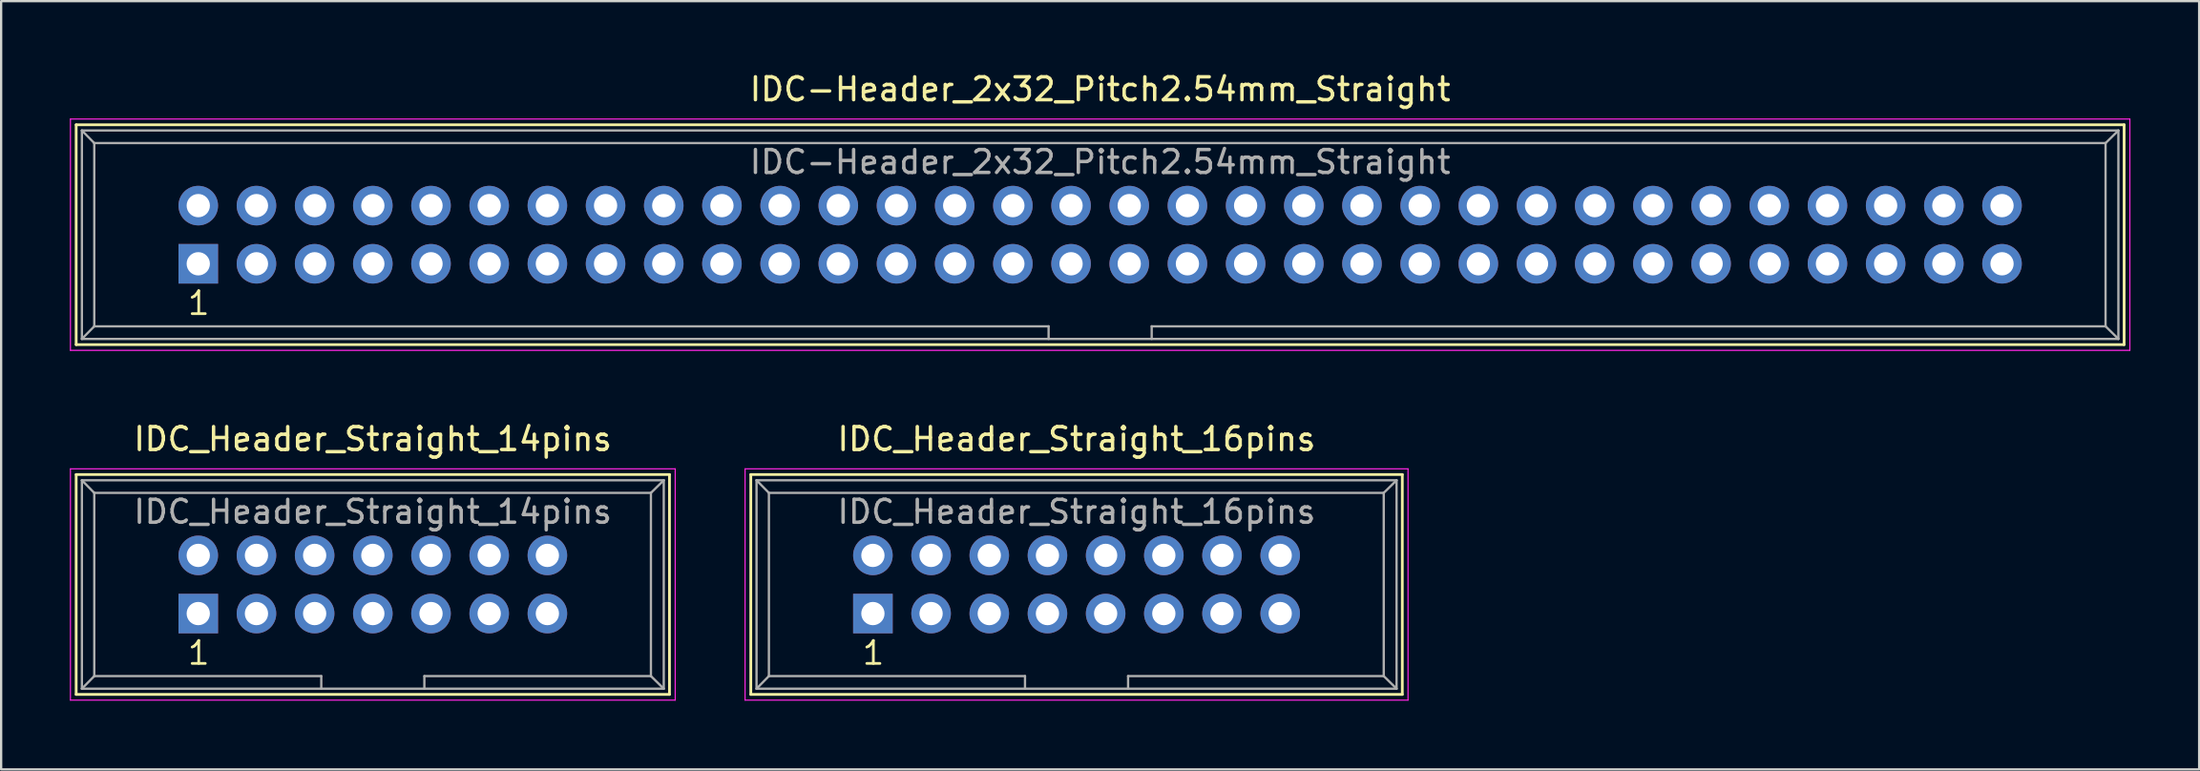
<source format=kicad_pcb>
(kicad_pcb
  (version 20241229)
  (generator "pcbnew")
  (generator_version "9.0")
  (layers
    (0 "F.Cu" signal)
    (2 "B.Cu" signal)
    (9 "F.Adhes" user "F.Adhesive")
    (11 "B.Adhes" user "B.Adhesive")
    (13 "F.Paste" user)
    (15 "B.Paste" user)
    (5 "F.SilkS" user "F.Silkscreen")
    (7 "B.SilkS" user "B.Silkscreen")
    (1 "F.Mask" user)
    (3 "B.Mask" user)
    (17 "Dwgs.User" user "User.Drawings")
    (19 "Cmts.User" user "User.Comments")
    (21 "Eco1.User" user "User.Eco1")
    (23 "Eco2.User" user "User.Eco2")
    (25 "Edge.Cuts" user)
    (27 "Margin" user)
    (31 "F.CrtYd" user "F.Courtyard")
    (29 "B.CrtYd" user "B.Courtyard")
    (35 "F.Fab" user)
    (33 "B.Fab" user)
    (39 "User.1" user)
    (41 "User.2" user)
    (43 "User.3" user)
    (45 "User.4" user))
  (footprint "IDC_Header_Straight_16pins"
    (layer "F.Cu")
    (at 35.055 23.741)
    (property "Reference" "IDC_Header_Straight_16pins" (at 8.89 -7.62 0) (layer "F.SilkS") (effects (font (size 1 1) (thickness 0.15))))
    (attr through_hole)
    (fp_line (start -5.33 -6.07) (end 23.11 -6.07) (stroke (width 0.12) (type solid)) (layer "F.SilkS"))
    (fp_line (start -5.33 3.53) (end -5.33 -6.07) (stroke (width 0.12) (type solid)) (layer "F.SilkS"))
    (fp_line (start 23.11 -6.07) (end 23.11 3.53) (stroke (width 0.12) (type solid)) (layer "F.SilkS"))
    (fp_line (start 23.11 3.53) (end -5.33 3.53) (stroke (width 0.12) (type solid)) (layer "F.SilkS"))
    (fp_line (start -5.58 -6.32) (end 23.36 -6.32) (stroke (width 0.05) (type solid)) (layer "F.CrtYd"))
    (fp_line (start -5.58 3.78) (end -5.58 -6.32) (stroke (width 0.05) (type solid)) (layer "F.CrtYd"))
    (fp_line (start 23.36 -6.32) (end 23.36 3.78) (stroke (width 0.05) (type solid)) (layer "F.CrtYd"))
    (fp_line (start 23.36 3.78) (end -5.58 3.78) (stroke (width 0.05) (type solid)) (layer "F.CrtYd"))
    (fp_line (start -5.08 -5.82) (end -5.08 3.28) (stroke (width 0.1) (type solid)) (layer "F.Fab"))
    (fp_line (start -5.08 -5.82) (end -4.54 -5.27) (stroke (width 0.1) (type solid)) (layer "F.Fab"))
    (fp_line (start -5.08 -5.82) (end 22.86 -5.82) (stroke (width 0.1) (type solid)) (layer "F.Fab"))
    (fp_line (start -5.08 3.28) (end -4.54 2.73) (stroke (width 0.1) (type solid)) (layer "F.Fab"))
    (fp_line (start -5.08 3.28) (end 22.86 3.28) (stroke (width 0.1) (type solid)) (layer "F.Fab"))
    (fp_line (start -4.54 -5.27) (end -4.54 2.73) (stroke (width 0.1) (type solid)) (layer "F.Fab"))
    (fp_line (start -4.54 -5.27) (end 22.3 -5.27) (stroke (width 0.1) (type solid)) (layer "F.Fab"))
    (fp_line (start -4.54 2.73) (end 6.64 2.73) (stroke (width 0.1) (type solid)) (layer "F.Fab"))
    (fp_line (start 6.64 2.73) (end 6.64 3.28) (stroke (width 0.1) (type solid)) (layer "F.Fab"))
    (fp_line (start 11.14 2.73) (end 11.14 3.28) (stroke (width 0.1) (type solid)) (layer "F.Fab"))
    (fp_line (start 11.14 2.73) (end 22.3 2.73) (stroke (width 0.1) (type solid)) (layer "F.Fab"))
    (fp_line (start 22.3 -5.27) (end 22.3 2.73) (stroke (width 0.1) (type solid)) (layer "F.Fab"))
    (fp_line (start 22.86 -5.82) (end 22.3 -5.27) (stroke (width 0.1) (type solid)) (layer "F.Fab"))
    (fp_line (start 22.86 -5.82) (end 22.86 3.28) (stroke (width 0.1) (type solid)) (layer "F.Fab"))
    (fp_line (start 22.86 3.28) (end 22.3 2.73) (stroke (width 0.1) (type solid)) (layer "F.Fab"))
    (fp_text user "1" (at 0.02 1.72 0) (layer "F.SilkS") (effects (font (size 1 1) (thickness 0.12))))
    (fp_text user "${REFERENCE}" (at 8.89 -4.445 0) (layer "F.Fab") (effects (font (size 1 1) (thickness 0.15))))
    (pad "1" thru_hole rect (at 0 0) (size 1.727 1.727) (drill 1.016) (layers "*.Cu" "*.Mask"))
    (pad "2" thru_hole oval (at 0 -2.54) (size 1.727 1.727) (drill 1.016) (layers "*.Cu" "*.Mask"))
    (pad "3" thru_hole oval (at 2.54 0) (size 1.727 1.727) (drill 1.016) (layers "*.Cu" "*.Mask"))
    (pad "4" thru_hole oval (at 2.54 -2.54) (size 1.727 1.727) (drill 1.016) (layers "*.Cu" "*.Mask"))
    (pad "5" thru_hole oval (at 5.08 0) (size 1.727 1.727) (drill 1.016) (layers "*.Cu" "*.Mask"))
    (pad "6" thru_hole oval (at 5.08 -2.54) (size 1.727 1.727) (drill 1.016) (layers "*.Cu" "*.Mask"))
    (pad "7" thru_hole oval (at 7.62 0) (size 1.727 1.727) (drill 1.016) (layers "*.Cu" "*.Mask"))
    (pad "8" thru_hole oval (at 7.62 -2.54) (size 1.727 1.727) (drill 1.016) (layers "*.Cu" "*.Mask"))
    (pad "9" thru_hole oval (at 10.16 0) (size 1.727 1.727) (drill 1.016) (layers "*.Cu" "*.Mask"))
    (pad "10" thru_hole oval (at 10.16 -2.54) (size 1.727 1.727) (drill 1.016) (layers "*.Cu" "*.Mask"))
    (pad "11" thru_hole oval (at 12.7 0) (size 1.727 1.727) (drill 1.016) (layers "*.Cu" "*.Mask"))
    (pad "12" thru_hole oval (at 12.7 -2.54) (size 1.727 1.727) (drill 1.016) (layers "*.Cu" "*.Mask"))
    (pad "13" thru_hole oval (at 15.24 0) (size 1.727 1.727) (drill 1.016) (layers "*.Cu" "*.Mask"))
    (pad "14" thru_hole oval (at 15.24 -2.54) (size 1.727 1.727) (drill 1.016) (layers "*.Cu" "*.Mask"))
    (pad "15" thru_hole oval (at 17.78 0) (size 1.727 1.727) (drill 1.016) (layers "*.Cu" "*.Mask"))
    (pad "16" thru_hole oval (at 17.78 -2.54) (size 1.727 1.727) (drill 1.016) (layers "*.Cu" "*.Mask")))
  (footprint "IDC-Header_2x32_Pitch2.54mm_Straight"
    (layer "F.Cu")
    (at 5.605 8.468)
    (property "Reference" "IDC-Header_2x32_Pitch2.54mm_Straight" (at 39.37 -7.62 0) (layer "F.SilkS") (effects (font (size 1 1) (thickness 0.15))))
    (attr through_hole)
    (fp_line (start -5.33 -6.07) (end 84.07 -6.07) (stroke (width 0.12) (type solid)) (layer "F.SilkS"))
    (fp_line (start -5.33 3.53) (end -5.33 -6.07) (stroke (width 0.12) (type solid)) (layer "F.SilkS"))
    (fp_line (start 84.07 -6.07) (end 84.07 3.53) (stroke (width 0.12) (type solid)) (layer "F.SilkS"))
    (fp_line (start 84.07 3.53) (end -5.33 3.53) (stroke (width 0.12) (type solid)) (layer "F.SilkS"))
    (fp_line (start -5.58 -6.32) (end 84.32 -6.32) (stroke (width 0.05) (type solid)) (layer "F.CrtYd"))
    (fp_line (start -5.58 3.78) (end -5.58 -6.32) (stroke (width 0.05) (type solid)) (layer "F.CrtYd"))
    (fp_line (start 84.32 -6.32) (end 84.32 3.78) (stroke (width 0.05) (type solid)) (layer "F.CrtYd"))
    (fp_line (start 84.32 3.78) (end -5.58 3.78) (stroke (width 0.05) (type solid)) (layer "F.CrtYd"))
    (fp_line (start -5.08 -5.82) (end -5.08 3.28) (stroke (width 0.1) (type solid)) (layer "F.Fab"))
    (fp_line (start -5.08 -5.82) (end -4.54 -5.27) (stroke (width 0.1) (type solid)) (layer "F.Fab"))
    (fp_line (start -5.08 -5.82) (end 83.82 -5.82) (stroke (width 0.1) (type solid)) (layer "F.Fab"))
    (fp_line (start -5.08 3.28) (end -4.54 2.73) (stroke (width 0.1) (type solid)) (layer "F.Fab"))
    (fp_line (start -5.08 3.28) (end 83.82 3.28) (stroke (width 0.1) (type solid)) (layer "F.Fab"))
    (fp_line (start -4.54 -5.27) (end -4.54 2.73) (stroke (width 0.1) (type solid)) (layer "F.Fab"))
    (fp_line (start -4.54 -5.27) (end 83.26 -5.27) (stroke (width 0.1) (type solid)) (layer "F.Fab"))
    (fp_line (start -4.54 2.73) (end 37.12 2.73) (stroke (width 0.1) (type solid)) (layer "F.Fab"))
    (fp_line (start 37.12 2.73) (end 37.12 3.28) (stroke (width 0.1) (type solid)) (layer "F.Fab"))
    (fp_line (start 41.62 2.73) (end 41.62 3.28) (stroke (width 0.1) (type solid)) (layer "F.Fab"))
    (fp_line (start 41.62 2.73) (end 83.26 2.73) (stroke (width 0.1) (type solid)) (layer "F.Fab"))
    (fp_line (start 83.26 -5.27) (end 83.26 2.73) (stroke (width 0.1) (type solid)) (layer "F.Fab"))
    (fp_line (start 83.82 -5.82) (end 83.26 -5.27) (stroke (width 0.1) (type solid)) (layer "F.Fab"))
    (fp_line (start 83.82 -5.82) (end 83.82 3.28) (stroke (width 0.1) (type solid)) (layer "F.Fab"))
    (fp_line (start 83.82 3.28) (end 83.26 2.73) (stroke (width 0.1) (type solid)) (layer "F.Fab"))
    (fp_text user "1" (at 0.02 1.72 0) (layer "F.SilkS") (effects (font (size 1 1) (thickness 0.12))))
    (fp_text user "${REFERENCE}" (at 39.37 -4.445 0) (layer "F.Fab") (effects (font (size 1 1) (thickness 0.15))))
    (pad "1" thru_hole rect (at 0 0) (size 1.727 1.727) (drill 1.016) (layers "*.Cu" "*.Mask"))
    (pad "2" thru_hole oval (at 0 -2.54) (size 1.727 1.727) (drill 1.016) (layers "*.Cu" "*.Mask"))
    (pad "3" thru_hole oval (at 2.54 0) (size 1.727 1.727) (drill 1.016) (layers "*.Cu" "*.Mask"))
    (pad "4" thru_hole oval (at 2.54 -2.54) (size 1.727 1.727) (drill 1.016) (layers "*.Cu" "*.Mask"))
    (pad "5" thru_hole oval (at 5.08 0) (size 1.727 1.727) (drill 1.016) (layers "*.Cu" "*.Mask"))
    (pad "6" thru_hole oval (at 5.08 -2.54) (size 1.727 1.727) (drill 1.016) (layers "*.Cu" "*.Mask"))
    (pad "7" thru_hole oval (at 7.62 0) (size 1.727 1.727) (drill 1.016) (layers "*.Cu" "*.Mask"))
    (pad "8" thru_hole oval (at 7.62 -2.54) (size 1.727 1.727) (drill 1.016) (layers "*.Cu" "*.Mask"))
    (pad "9" thru_hole oval (at 10.16 0) (size 1.727 1.727) (drill 1.016) (layers "*.Cu" "*.Mask"))
    (pad "10" thru_hole oval (at 10.16 -2.54) (size 1.727 1.727) (drill 1.016) (layers "*.Cu" "*.Mask"))
    (pad "11" thru_hole oval (at 12.7 0) (size 1.727 1.727) (drill 1.016) (layers "*.Cu" "*.Mask"))
    (pad "12" thru_hole oval (at 12.7 -2.54) (size 1.727 1.727) (drill 1.016) (layers "*.Cu" "*.Mask"))
    (pad "13" thru_hole oval (at 15.24 0) (size 1.727 1.727) (drill 1.016) (layers "*.Cu" "*.Mask"))
    (pad "14" thru_hole oval (at 15.24 -2.54) (size 1.727 1.727) (drill 1.016) (layers "*.Cu" "*.Mask"))
    (pad "15" thru_hole oval (at 17.78 0) (size 1.727 1.727) (drill 1.016) (layers "*.Cu" "*.Mask"))
    (pad "16" thru_hole oval (at 17.78 -2.54) (size 1.727 1.727) (drill 1.016) (layers "*.Cu" "*.Mask"))
    (pad "17" thru_hole oval (at 20.32 0) (size 1.727 1.727) (drill 1.016) (layers "*.Cu" "*.Mask"))
    (pad "18" thru_hole oval (at 20.32 -2.54) (size 1.727 1.727) (drill 1.016) (layers "*.Cu" "*.Mask"))
    (pad "19" thru_hole oval (at 22.86 0) (size 1.727 1.727) (drill 1.016) (layers "*.Cu" "*.Mask"))
    (pad "20" thru_hole oval (at 22.86 -2.54) (size 1.727 1.727) (drill 1.016) (layers "*.Cu" "*.Mask"))
    (pad "21" thru_hole oval (at 25.4 0) (size 1.727 1.727) (drill 1.016) (layers "*.Cu" "*.Mask"))
    (pad "22" thru_hole oval (at 25.4 -2.54) (size 1.727 1.727) (drill 1.016) (layers "*.Cu" "*.Mask"))
    (pad "23" thru_hole oval (at 27.94 0) (size 1.727 1.727) (drill 1.016) (layers "*.Cu" "*.Mask"))
    (pad "24" thru_hole oval (at 27.94 -2.54) (size 1.727 1.727) (drill 1.016) (layers "*.Cu" "*.Mask"))
    (pad "25" thru_hole oval (at 30.48 0) (size 1.727 1.727) (drill 1.016) (layers "*.Cu" "*.Mask"))
    (pad "26" thru_hole oval (at 30.48 -2.54) (size 1.727 1.727) (drill 1.016) (layers "*.Cu" "*.Mask"))
    (pad "27" thru_hole oval (at 33.02 0) (size 1.727 1.727) (drill 1.016) (layers "*.Cu" "*.Mask"))
    (pad "28" thru_hole oval (at 33.02 -2.54) (size 1.727 1.727) (drill 1.016) (layers "*.Cu" "*.Mask"))
    (pad "29" thru_hole oval (at 35.56 0) (size 1.727 1.727) (drill 1.016) (layers "*.Cu" "*.Mask"))
    (pad "30" thru_hole oval (at 35.56 -2.54) (size 1.727 1.727) (drill 1.016) (layers "*.Cu" "*.Mask"))
    (pad "31" thru_hole oval (at 38.1 0) (size 1.727 1.727) (drill 1.016) (layers "*.Cu" "*.Mask"))
    (pad "32" thru_hole oval (at 38.1 -2.54) (size 1.727 1.727) (drill 1.016) (layers "*.Cu" "*.Mask"))
    (pad "33" thru_hole oval (at 40.64 0) (size 1.727 1.727) (drill 1.016) (layers "*.Cu" "*.Mask"))
    (pad "34" thru_hole oval (at 40.64 -2.54) (size 1.727 1.727) (drill 1.016) (layers "*.Cu" "*.Mask"))
    (pad "35" thru_hole oval (at 43.18 0) (size 1.727 1.727) (drill 1.016) (layers "*.Cu" "*.Mask"))
    (pad "36" thru_hole oval (at 43.18 -2.54) (size 1.727 1.727) (drill 1.016) (layers "*.Cu" "*.Mask"))
    (pad "37" thru_hole oval (at 45.72 0) (size 1.727 1.727) (drill 1.016) (layers "*.Cu" "*.Mask"))
    (pad "38" thru_hole oval (at 45.72 -2.54) (size 1.727 1.727) (drill 1.016) (layers "*.Cu" "*.Mask"))
    (pad "39" thru_hole oval (at 48.26 0) (size 1.727 1.727) (drill 1.016) (layers "*.Cu" "*.Mask"))
    (pad "40" thru_hole oval (at 48.26 -2.54) (size 1.727 1.727) (drill 1.016) (layers "*.Cu" "*.Mask"))
    (pad "41" thru_hole oval (at 50.8 0) (size 1.727 1.727) (drill 1.016) (layers "*.Cu" "*.Mask"))
    (pad "42" thru_hole oval (at 50.8 -2.54) (size 1.727 1.727) (drill 1.016) (layers "*.Cu" "*.Mask"))
    (pad "43" thru_hole oval (at 53.34 0) (size 1.727 1.727) (drill 1.016) (layers "*.Cu" "*.Mask"))
    (pad "44" thru_hole oval (at 53.34 -2.54) (size 1.727 1.727) (drill 1.016) (layers "*.Cu" "*.Mask"))
    (pad "45" thru_hole oval (at 55.88 0) (size 1.727 1.727) (drill 1.016) (layers "*.Cu" "*.Mask"))
    (pad "46" thru_hole oval (at 55.88 -2.54) (size 1.727 1.727) (drill 1.016) (layers "*.Cu" "*.Mask"))
    (pad "47" thru_hole oval (at 58.42 0) (size 1.727 1.727) (drill 1.016) (layers "*.Cu" "*.Mask"))
    (pad "48" thru_hole oval (at 58.42 -2.54) (size 1.727 1.727) (drill 1.016) (layers "*.Cu" "*.Mask"))
    (pad "49" thru_hole oval (at 60.96 0) (size 1.727 1.727) (drill 1.016) (layers "*.Cu" "*.Mask"))
    (pad "50" thru_hole oval (at 60.96 -2.54) (size 1.727 1.727) (drill 1.016) (layers "*.Cu" "*.Mask"))
    (pad "51" thru_hole oval (at 63.5 0) (size 1.727 1.727) (drill 1.016) (layers "*.Cu" "*.Mask"))
    (pad "52" thru_hole oval (at 63.5 -2.54) (size 1.727 1.727) (drill 1.016) (layers "*.Cu" "*.Mask"))
    (pad "53" thru_hole oval (at 66.04 0) (size 1.727 1.727) (drill 1.016) (layers "*.Cu" "*.Mask"))
    (pad "54" thru_hole oval (at 66.04 -2.54) (size 1.727 1.727) (drill 1.016) (layers "*.Cu" "*.Mask"))
    (pad "55" thru_hole oval (at 68.58 0) (size 1.727 1.727) (drill 1.016) (layers "*.Cu" "*.Mask"))
    (pad "56" thru_hole oval (at 68.58 -2.54) (size 1.727 1.727) (drill 1.016) (layers "*.Cu" "*.Mask"))
    (pad "57" thru_hole oval (at 71.12 0) (size 1.727 1.727) (drill 1.016) (layers "*.Cu" "*.Mask"))
    (pad "58" thru_hole oval (at 71.12 -2.54) (size 1.727 1.727) (drill 1.016) (layers "*.Cu" "*.Mask"))
    (pad "59" thru_hole oval (at 73.66 0) (size 1.727 1.727) (drill 1.016) (layers "*.Cu" "*.Mask"))
    (pad "60" thru_hole oval (at 73.66 -2.54) (size 1.727 1.727) (drill 1.016) (layers "*.Cu" "*.Mask"))
    (pad "61" thru_hole oval (at 76.2 0) (size 1.727 1.727) (drill 1.016) (layers "*.Cu" "*.Mask"))
    (pad "62" thru_hole oval (at 76.2 -2.54) (size 1.727 1.727) (drill 1.016) (layers "*.Cu" "*.Mask"))
    (pad "63" thru_hole oval (at 78.74 0) (size 1.727 1.727) (drill 1.016) (layers "*.Cu" "*.Mask"))
    (pad "64" thru_hole oval (at 78.74 -2.54) (size 1.727 1.727) (drill 1.016) (layers "*.Cu" "*.Mask")))
  (footprint "IDC_Header_Straight_14pins"
    (layer "F.Cu")
    (at 5.605 23.741)
    (property "Reference" "IDC_Header_Straight_14pins" (at 7.62 -7.62 0) (layer "F.SilkS") (effects (font (size 1 1) (thickness 0.15))))
    (attr through_hole)
    (fp_line (start -5.33 -6.07) (end 20.57 -6.07) (stroke (width 0.12) (type solid)) (layer "F.SilkS"))
    (fp_line (start -5.33 3.53) (end -5.33 -6.07) (stroke (width 0.12) (type solid)) (layer "F.SilkS"))
    (fp_line (start 20.57 -6.07) (end 20.57 3.53) (stroke (width 0.12) (type solid)) (layer "F.SilkS"))
    (fp_line (start 20.57 3.53) (end -5.33 3.53) (stroke (width 0.12) (type solid)) (layer "F.SilkS"))
    (fp_line (start -5.58 -6.32) (end 20.82 -6.32) (stroke (width 0.05) (type solid)) (layer "F.CrtYd"))
    (fp_line (start -5.58 3.78) (end -5.58 -6.32) (stroke (width 0.05) (type solid)) (layer "F.CrtYd"))
    (fp_line (start 20.82 -6.32) (end 20.82 3.78) (stroke (width 0.05) (type solid)) (layer "F.CrtYd"))
    (fp_line (start 20.82 3.78) (end -5.58 3.78) (stroke (width 0.05) (type solid)) (layer "F.CrtYd"))
    (fp_line (start -5.08 -5.82) (end -5.08 3.28) (stroke (width 0.1) (type solid)) (layer "F.Fab"))
    (fp_line (start -5.08 -5.82) (end -4.54 -5.27) (stroke (width 0.1) (type solid)) (layer "F.Fab"))
    (fp_line (start -5.08 -5.82) (end 20.32 -5.82) (stroke (width 0.1) (type solid)) (layer "F.Fab"))
    (fp_line (start -5.08 3.28) (end -4.54 2.73) (stroke (width 0.1) (type solid)) (layer "F.Fab"))
    (fp_line (start -5.08 3.28) (end 20.32 3.28) (stroke (width 0.1) (type solid)) (layer "F.Fab"))
    (fp_line (start -4.54 -5.27) (end -4.54 2.73) (stroke (width 0.1) (type solid)) (layer "F.Fab"))
    (fp_line (start -4.54 -5.27) (end 19.76 -5.27) (stroke (width 0.1) (type solid)) (layer "F.Fab"))
    (fp_line (start -4.54 2.73) (end 5.37 2.73) (stroke (width 0.1) (type solid)) (layer "F.Fab"))
    (fp_line (start 5.37 2.73) (end 5.37 3.28) (stroke (width 0.1) (type solid)) (layer "F.Fab"))
    (fp_line (start 9.87 2.73) (end 9.87 3.28) (stroke (width 0.1) (type solid)) (layer "F.Fab"))
    (fp_line (start 9.87 2.73) (end 19.76 2.73) (stroke (width 0.1) (type solid)) (layer "F.Fab"))
    (fp_line (start 19.76 -5.27) (end 19.76 2.73) (stroke (width 0.1) (type solid)) (layer "F.Fab"))
    (fp_line (start 20.32 -5.82) (end 19.76 -5.27) (stroke (width 0.1) (type solid)) (layer "F.Fab"))
    (fp_line (start 20.32 -5.82) (end 20.32 3.28) (stroke (width 0.1) (type solid)) (layer "F.Fab"))
    (fp_line (start 20.32 3.28) (end 19.76 2.73) (stroke (width 0.1) (type solid)) (layer "F.Fab"))
    (fp_text user "1" (at 0.02 1.72 0) (layer "F.SilkS") (effects (font (size 1 1) (thickness 0.12))))
    (fp_text user "${REFERENCE}" (at 7.62 -4.445 0) (layer "F.Fab") (effects (font (size 1 1) (thickness 0.15))))
    (pad "1" thru_hole rect (at 0 0) (size 1.727 1.727) (drill 1.016) (layers "*.Cu" "*.Mask"))
    (pad "2" thru_hole oval (at 0 -2.54) (size 1.727 1.727) (drill 1.016) (layers "*.Cu" "*.Mask"))
    (pad "3" thru_hole oval (at 2.54 0) (size 1.727 1.727) (drill 1.016) (layers "*.Cu" "*.Mask"))
    (pad "4" thru_hole oval (at 2.54 -2.54) (size 1.727 1.727) (drill 1.016) (layers "*.Cu" "*.Mask"))
    (pad "5" thru_hole oval (at 5.08 0) (size 1.727 1.727) (drill 1.016) (layers "*.Cu" "*.Mask"))
    (pad "6" thru_hole oval (at 5.08 -2.54) (size 1.727 1.727) (drill 1.016) (layers "*.Cu" "*.Mask"))
    (pad "7" thru_hole oval (at 7.62 0) (size 1.727 1.727) (drill 1.016) (layers "*.Cu" "*.Mask"))
    (pad "8" thru_hole oval (at 7.62 -2.54) (size 1.727 1.727) (drill 1.016) (layers "*.Cu" "*.Mask"))
    (pad "9" thru_hole oval (at 10.16 0) (size 1.727 1.727) (drill 1.016) (layers "*.Cu" "*.Mask"))
    (pad "10" thru_hole oval (at 10.16 -2.54) (size 1.727 1.727) (drill 1.016) (layers "*.Cu" "*.Mask"))
    (pad "11" thru_hole oval (at 12.7 0) (size 1.727 1.727) (drill 1.016) (layers "*.Cu" "*.Mask"))
    (pad "12" thru_hole oval (at 12.7 -2.54) (size 1.727 1.727) (drill 1.016) (layers "*.Cu" "*.Mask"))
    (pad "13" thru_hole oval (at 15.24 0) (size 1.727 1.727) (drill 1.016) (layers "*.Cu" "*.Mask"))
    (pad "14" thru_hole oval (at 15.24 -2.54) (size 1.727 1.727) (drill 1.016) (layers "*.Cu" "*.Mask")))
  (gr_rect
    (start -3 -3)
    (end 92.95 30.547)
    (stroke (width 0.1) (type default))
    (fill no)
    (layer "Edge.Cuts")))
</source>
